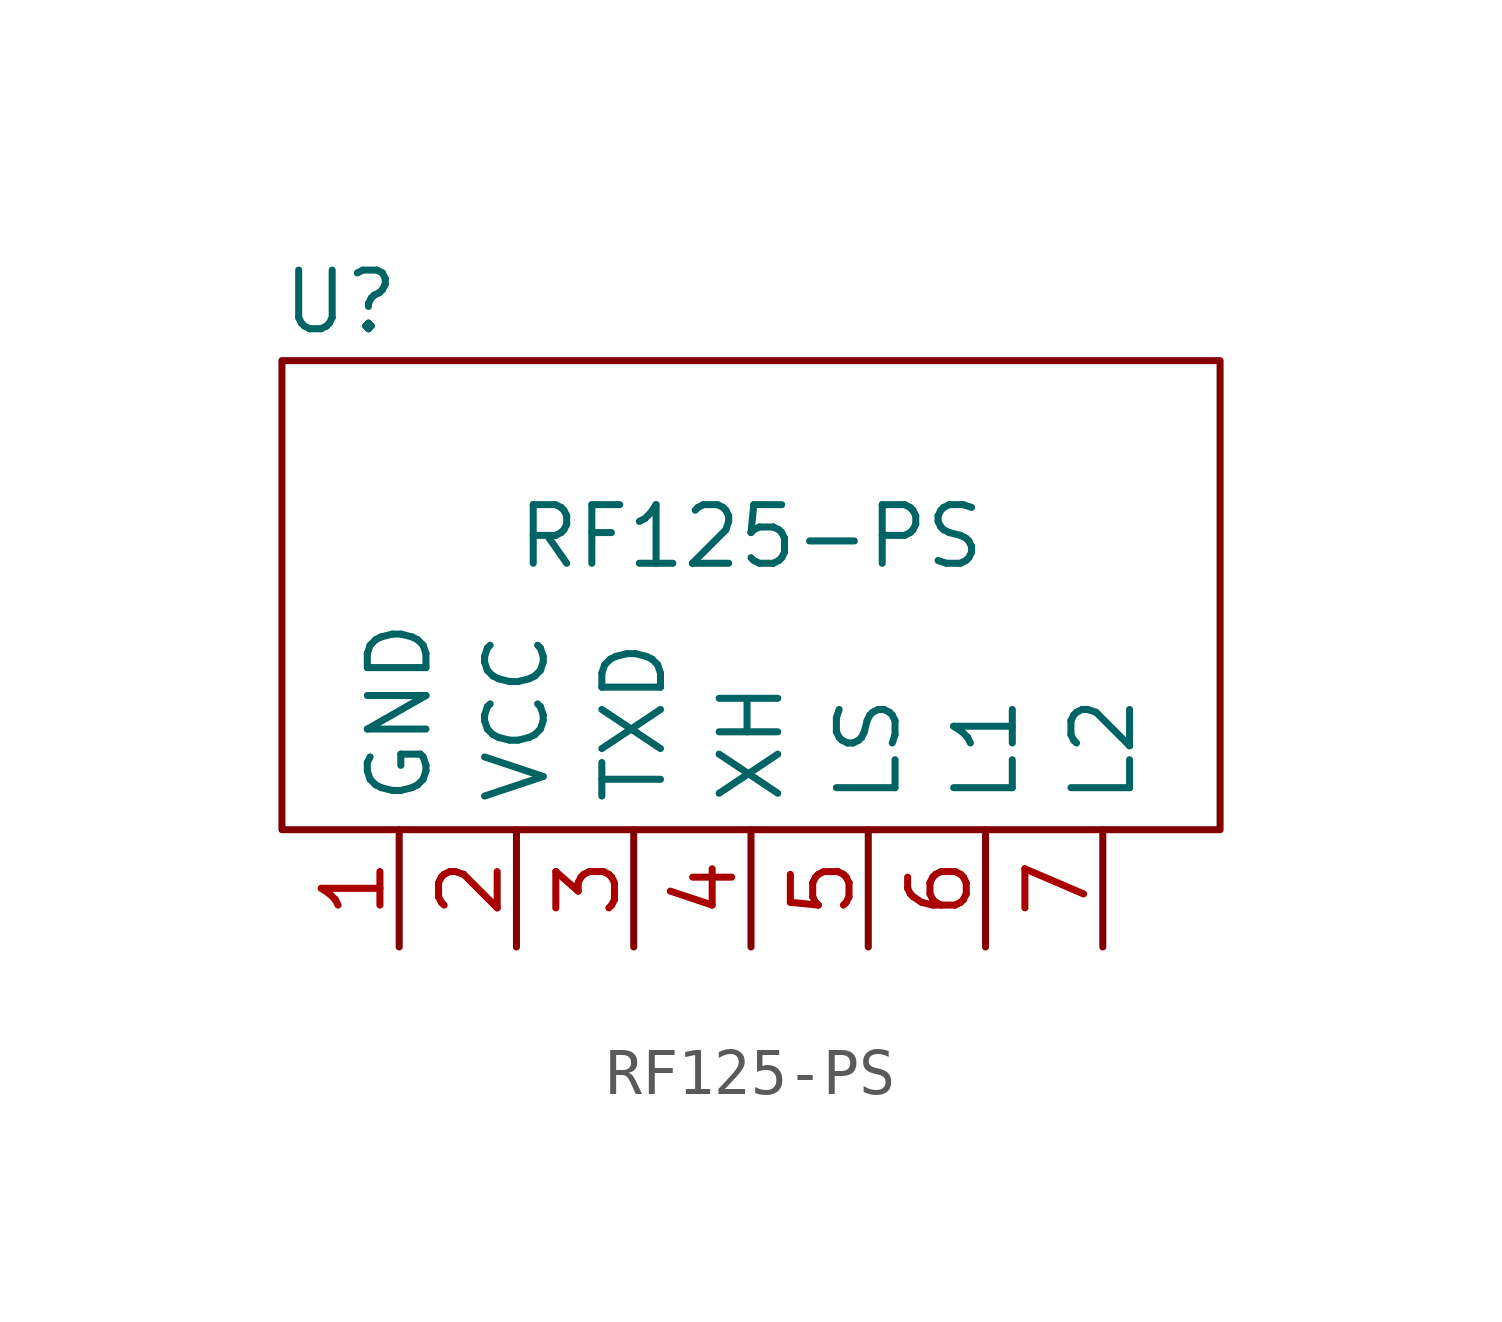
<source format=kicad_sym>
(kicad_symbol_lib
  (version 20210619)
  (generator kicad_symbol_editor)
  (symbol "rf125ps:RF125-PS"
    (property "Reference" "U"
      (at -8.89 6.35 0)
      (effects (font (size 1.27 1.27))))
    (property "Value" "RF125-PS"
      (at 0 1.27 0)
      (effects (font (size 1.27 1.27))))
    (symbol "RF125-PS_0_1"
      (rectangle (start -10.16 5.08) (end 10.16 -5.08) (stroke (width 0.152)) (fill (type none))))
    (symbol "RF125-PS_1_1"
      (pin power_in line (at -7.62 -7.62 90) (length 2.54) (name "GND" (effects (font (size 1.27 1.27)))) (number "1" (effects (font (size 1.27 1.27)))))
      (pin power_in line (at -5.08 -7.62 90) (length 2.54) (name "VCC" (effects (font (size 1.27 1.27)))) (number "2" (effects (font (size 1.27 1.27)))))
      (pin output line (at -2.54 -7.62 90) (length 2.54) (name "TXD" (effects (font (size 1.27 1.27)))) (number "3" (effects (font (size 1.27 1.27)))))
      (pin output line (at 0 -7.62 90) (length 2.54) (name "XH" (effects (font (size 1.27 1.27)))) (number "4" (effects (font (size 1.27 1.27)))))
      (pin output line (at 2.54 -7.62 90) (length 2.54) (name "LS" (effects (font (size 1.27 1.27)))) (number "5" (effects (font (size 1.27 1.27)))))
      (pin passive line (at 5.08 -7.62 90) (length 2.54) (name "L1" (effects (font (size 1.27 1.27)))) (number "6" (effects (font (size 1.27 1.27)))))
      (pin passive line (at 7.62 -7.62 90) (length 2.54) (name "L2" (effects (font (size 1.27 1.27)))) (number "7" (effects (font (size 1.27 1.27))))))))
</source>
